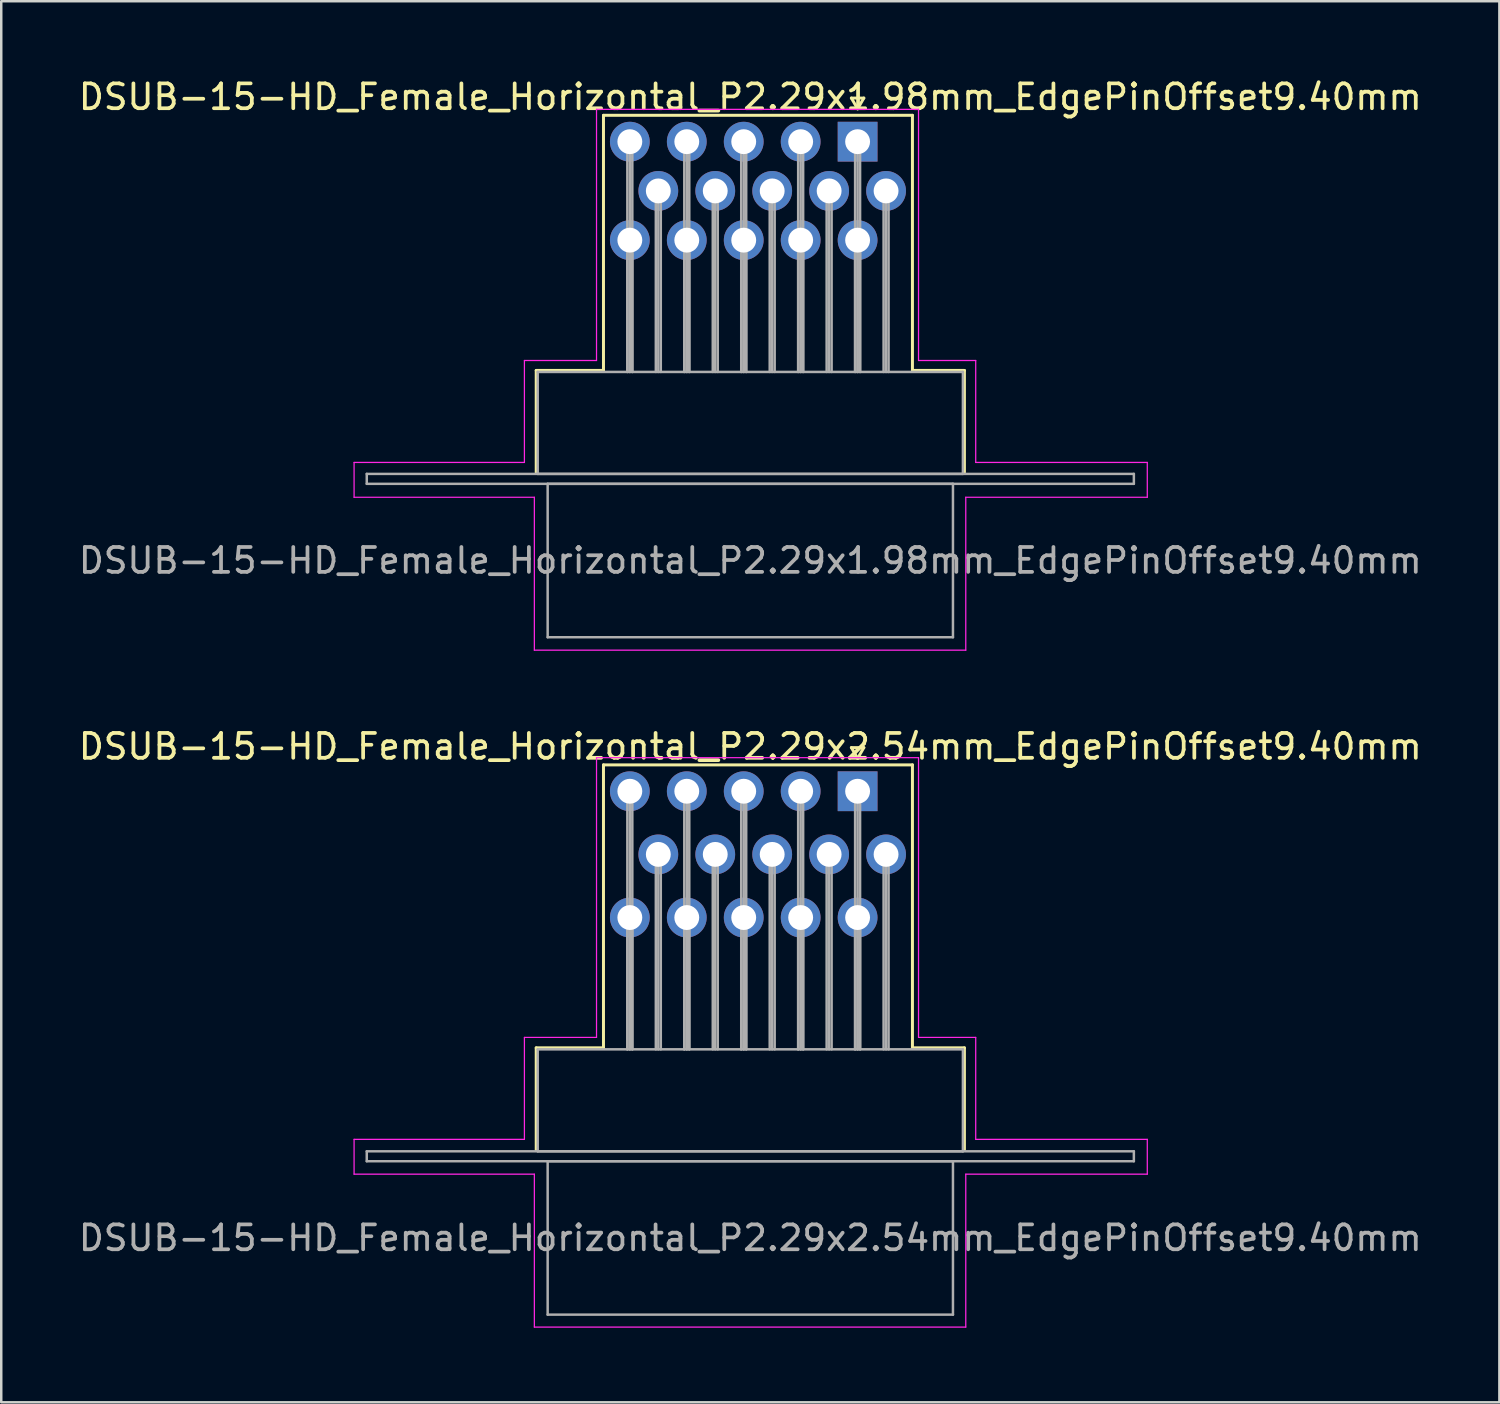
<source format=kicad_pcb>
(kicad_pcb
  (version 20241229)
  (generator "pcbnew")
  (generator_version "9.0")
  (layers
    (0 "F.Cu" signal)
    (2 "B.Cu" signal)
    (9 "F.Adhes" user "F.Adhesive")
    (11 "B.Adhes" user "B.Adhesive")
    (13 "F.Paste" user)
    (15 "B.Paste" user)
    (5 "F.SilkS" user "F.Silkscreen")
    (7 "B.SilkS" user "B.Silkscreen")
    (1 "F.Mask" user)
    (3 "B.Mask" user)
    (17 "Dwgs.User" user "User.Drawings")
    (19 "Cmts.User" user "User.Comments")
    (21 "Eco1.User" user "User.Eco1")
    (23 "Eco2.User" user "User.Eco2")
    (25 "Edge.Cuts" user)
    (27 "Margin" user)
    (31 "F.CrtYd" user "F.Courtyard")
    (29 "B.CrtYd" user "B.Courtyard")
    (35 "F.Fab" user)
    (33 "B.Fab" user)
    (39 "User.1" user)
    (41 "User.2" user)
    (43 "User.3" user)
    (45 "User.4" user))
  (footprint "DSUB-15-HD_Female_Horizontal_P2.29x2.54mm_EdgePinOffset9.40mm"
    (layer "F.Cu")
    (at 31.44 28.771)
    (property "Reference" "DSUB-15-HD_Female_Horizontal_P2.29x2.54mm_EdgePinOffset9.40mm" (at -4.315 -1.8 0) (layer "F.SilkS") (effects (font (size 1 1) (thickness 0.15))))
    (attr through_hole)
    (fp_line (start -12.925 10.32) (end -10.22 10.32) (stroke (width 0.12) (type solid)) (layer "F.SilkS"))
    (fp_line (start -12.925 14.42) (end -12.925 10.32) (stroke (width 0.12) (type solid)) (layer "F.SilkS"))
    (fp_line (start -10.22 -1.06) (end 2.205 -1.06) (stroke (width 0.12) (type solid)) (layer "F.SilkS"))
    (fp_line (start -10.22 10.32) (end -10.22 -1.06) (stroke (width 0.12) (type solid)) (layer "F.SilkS"))
    (fp_line (start -0.25 -1.754) (end 0.25 -1.754) (stroke (width 0.12) (type solid)) (layer "F.SilkS"))
    (fp_line (start 0 -1.321) (end -0.25 -1.754) (stroke (width 0.12) (type solid)) (layer "F.SilkS"))
    (fp_line (start 0.25 -1.754) (end 0 -1.321) (stroke (width 0.12) (type solid)) (layer "F.SilkS"))
    (fp_line (start 2.205 -1.06) (end 2.205 10.32) (stroke (width 0.12) (type solid)) (layer "F.SilkS"))
    (fp_line (start 2.205 10.32) (end 4.295 10.32) (stroke (width 0.12) (type solid)) (layer "F.SilkS"))
    (fp_line (start 4.295 10.32) (end 4.295 14.42) (stroke (width 0.12) (type solid)) (layer "F.SilkS"))
    (fp_line (start -20.25 14) (end -13.4 14) (stroke (width 0.05) (type solid)) (layer "F.CrtYd"))
    (fp_line (start -20.25 15.4) (end -20.25 14) (stroke (width 0.05) (type solid)) (layer "F.CrtYd"))
    (fp_line (start -13.4 9.9) (end -10.5 9.9) (stroke (width 0.05) (type solid)) (layer "F.CrtYd"))
    (fp_line (start -13.4 14) (end -13.4 9.9) (stroke (width 0.05) (type solid)) (layer "F.CrtYd"))
    (fp_line (start -13 15.4) (end -20.25 15.4) (stroke (width 0.05) (type solid)) (layer "F.CrtYd"))
    (fp_line (start -13 21.55) (end -13 15.4) (stroke (width 0.05) (type solid)) (layer "F.CrtYd"))
    (fp_line (start -10.5 -1.35) (end 2.45 -1.35) (stroke (width 0.05) (type solid)) (layer "F.CrtYd"))
    (fp_line (start -10.5 9.9) (end -10.5 -1.35) (stroke (width 0.05) (type solid)) (layer "F.CrtYd"))
    (fp_line (start 2.45 -1.35) (end 2.45 9.9) (stroke (width 0.05) (type solid)) (layer "F.CrtYd"))
    (fp_line (start 2.45 9.9) (end 4.75 9.9) (stroke (width 0.05) (type solid)) (layer "F.CrtYd"))
    (fp_line (start 4.35 15.4) (end 4.35 21.55) (stroke (width 0.05) (type solid)) (layer "F.CrtYd"))
    (fp_line (start 4.35 21.55) (end -13 21.55) (stroke (width 0.05) (type solid)) (layer "F.CrtYd"))
    (fp_line (start 4.75 9.9) (end 4.75 14) (stroke (width 0.05) (type solid)) (layer "F.CrtYd"))
    (fp_line (start 4.75 14) (end 11.65 14) (stroke (width 0.05) (type solid)) (layer "F.CrtYd"))
    (fp_line (start 11.65 14) (end 11.65 15.4) (stroke (width 0.05) (type solid)) (layer "F.CrtYd"))
    (fp_line (start 11.65 15.4) (end 4.35 15.4) (stroke (width 0.05) (type solid)) (layer "F.CrtYd"))
    (fp_line (start -19.74 14.48) (end -19.74 14.88) (stroke (width 0.1) (type solid)) (layer "F.Fab"))
    (fp_line (start -19.74 14.88) (end 11.11 14.88) (stroke (width 0.1) (type solid)) (layer "F.Fab"))
    (fp_line (start -12.865 10.38) (end -12.865 14.48) (stroke (width 0.1) (type solid)) (layer "F.Fab"))
    (fp_line (start -12.865 14.48) (end 4.235 14.48) (stroke (width 0.1) (type solid)) (layer "F.Fab"))
    (fp_line (start -12.465 14.88) (end -12.465 21.05) (stroke (width 0.1) (type solid)) (layer "F.Fab"))
    (fp_line (start -12.465 21.05) (end 3.835 21.05) (stroke (width 0.1) (type solid)) (layer "F.Fab"))
    (fp_line (start -9.26 0) (end -9.26 10.38) (stroke (width 0.1) (type solid)) (layer "F.Fab"))
    (fp_line (start -9.26 5.08) (end -9.26 10.38) (stroke (width 0.1) (type solid)) (layer "F.Fab"))
    (fp_line (start -9.16 0) (end -9.16 10.38) (stroke (width 0.1) (type solid)) (layer "F.Fab"))
    (fp_line (start -9.16 5.08) (end -9.16 10.38) (stroke (width 0.1) (type solid)) (layer "F.Fab"))
    (fp_line (start -9.06 0) (end -9.06 10.38) (stroke (width 0.1) (type solid)) (layer "F.Fab"))
    (fp_line (start -9.06 5.08) (end -9.06 10.38) (stroke (width 0.1) (type solid)) (layer "F.Fab"))
    (fp_line (start -8.115 2.54) (end -8.115 10.38) (stroke (width 0.1) (type solid)) (layer "F.Fab"))
    (fp_line (start -8.015 2.54) (end -8.015 10.38) (stroke (width 0.1) (type solid)) (layer "F.Fab"))
    (fp_line (start -7.915 2.54) (end -7.915 10.38) (stroke (width 0.1) (type solid)) (layer "F.Fab"))
    (fp_line (start -6.97 0) (end -6.97 10.38) (stroke (width 0.1) (type solid)) (layer "F.Fab"))
    (fp_line (start -6.97 5.08) (end -6.97 10.38) (stroke (width 0.1) (type solid)) (layer "F.Fab"))
    (fp_line (start -6.87 0) (end -6.87 10.38) (stroke (width 0.1) (type solid)) (layer "F.Fab"))
    (fp_line (start -6.87 5.08) (end -6.87 10.38) (stroke (width 0.1) (type solid)) (layer "F.Fab"))
    (fp_line (start -6.77 0) (end -6.77 10.38) (stroke (width 0.1) (type solid)) (layer "F.Fab"))
    (fp_line (start -6.77 5.08) (end -6.77 10.38) (stroke (width 0.1) (type solid)) (layer "F.Fab"))
    (fp_line (start -5.825 2.54) (end -5.825 10.38) (stroke (width 0.1) (type solid)) (layer "F.Fab"))
    (fp_line (start -5.725 2.54) (end -5.725 10.38) (stroke (width 0.1) (type solid)) (layer "F.Fab"))
    (fp_line (start -5.625 2.54) (end -5.625 10.38) (stroke (width 0.1) (type solid)) (layer "F.Fab"))
    (fp_line (start -4.68 0) (end -4.68 10.38) (stroke (width 0.1) (type solid)) (layer "F.Fab"))
    (fp_line (start -4.68 5.08) (end -4.68 10.38) (stroke (width 0.1) (type solid)) (layer "F.Fab"))
    (fp_line (start -4.58 0) (end -4.58 10.38) (stroke (width 0.1) (type solid)) (layer "F.Fab"))
    (fp_line (start -4.58 5.08) (end -4.58 10.38) (stroke (width 0.1) (type solid)) (layer "F.Fab"))
    (fp_line (start -4.48 0) (end -4.48 10.38) (stroke (width 0.1) (type solid)) (layer "F.Fab"))
    (fp_line (start -4.48 5.08) (end -4.48 10.38) (stroke (width 0.1) (type solid)) (layer "F.Fab"))
    (fp_line (start -3.535 2.54) (end -3.535 10.38) (stroke (width 0.1) (type solid)) (layer "F.Fab"))
    (fp_line (start -3.435 2.54) (end -3.435 10.38) (stroke (width 0.1) (type solid)) (layer "F.Fab"))
    (fp_line (start -3.335 2.54) (end -3.335 10.38) (stroke (width 0.1) (type solid)) (layer "F.Fab"))
    (fp_line (start -2.39 0) (end -2.39 10.38) (stroke (width 0.1) (type solid)) (layer "F.Fab"))
    (fp_line (start -2.39 5.08) (end -2.39 10.38) (stroke (width 0.1) (type solid)) (layer "F.Fab"))
    (fp_line (start -2.29 0) (end -2.29 10.38) (stroke (width 0.1) (type solid)) (layer "F.Fab"))
    (fp_line (start -2.29 5.08) (end -2.29 10.38) (stroke (width 0.1) (type solid)) (layer "F.Fab"))
    (fp_line (start -2.19 0) (end -2.19 10.38) (stroke (width 0.1) (type solid)) (layer "F.Fab"))
    (fp_line (start -2.19 5.08) (end -2.19 10.38) (stroke (width 0.1) (type solid)) (layer "F.Fab"))
    (fp_line (start -1.245 2.54) (end -1.245 10.38) (stroke (width 0.1) (type solid)) (layer "F.Fab"))
    (fp_line (start -1.145 2.54) (end -1.145 10.38) (stroke (width 0.1) (type solid)) (layer "F.Fab"))
    (fp_line (start -1.045 2.54) (end -1.045 10.38) (stroke (width 0.1) (type solid)) (layer "F.Fab"))
    (fp_line (start -0.1 0) (end -0.1 10.38) (stroke (width 0.1) (type solid)) (layer "F.Fab"))
    (fp_line (start -0.1 5.08) (end -0.1 10.38) (stroke (width 0.1) (type solid)) (layer "F.Fab"))
    (fp_line (start 0 0) (end 0 10.38) (stroke (width 0.1) (type solid)) (layer "F.Fab"))
    (fp_line (start 0 5.08) (end 0 10.38) (stroke (width 0.1) (type solid)) (layer "F.Fab"))
    (fp_line (start 0.1 0) (end 0.1 10.38) (stroke (width 0.1) (type solid)) (layer "F.Fab"))
    (fp_line (start 0.1 5.08) (end 0.1 10.38) (stroke (width 0.1) (type solid)) (layer "F.Fab"))
    (fp_line (start 1.045 2.54) (end 1.045 10.38) (stroke (width 0.1) (type solid)) (layer "F.Fab"))
    (fp_line (start 1.145 2.54) (end 1.145 10.38) (stroke (width 0.1) (type solid)) (layer "F.Fab"))
    (fp_line (start 1.245 2.54) (end 1.245 10.38) (stroke (width 0.1) (type solid)) (layer "F.Fab"))
    (fp_line (start 3.835 14.88) (end -12.465 14.88) (stroke (width 0.1) (type solid)) (layer "F.Fab"))
    (fp_line (start 3.835 21.05) (end 3.835 14.88) (stroke (width 0.1) (type solid)) (layer "F.Fab"))
    (fp_line (start 4.235 10.38) (end -12.865 10.38) (stroke (width 0.1) (type solid)) (layer "F.Fab"))
    (fp_line (start 4.235 14.48) (end 4.235 10.38) (stroke (width 0.1) (type solid)) (layer "F.Fab"))
    (fp_line (start 11.11 14.48) (end -19.74 14.48) (stroke (width 0.1) (type solid)) (layer "F.Fab"))
    (fp_line (start 11.11 14.88) (end 11.11 14.48) (stroke (width 0.1) (type solid)) (layer "F.Fab"))
    (fp_text user "${REFERENCE}" (at -4.315 17.965 0) (layer "F.Fab") (effects (font (size 1 1) (thickness 0.15))))
    (pad "1" thru_hole rect (at 0 0) (size 1.6 1.6) (drill 1) (layers "*.Cu" "*.Mask"))
    (pad "2" thru_hole circle (at -2.29 0) (size 1.6 1.6) (drill 1) (layers "*.Cu" "*.Mask"))
    (pad "3" thru_hole circle (at -4.58 0) (size 1.6 1.6) (drill 1) (layers "*.Cu" "*.Mask"))
    (pad "4" thru_hole circle (at -6.87 0) (size 1.6 1.6) (drill 1) (layers "*.Cu" "*.Mask"))
    (pad "5" thru_hole circle (at -9.16 0) (size 1.6 1.6) (drill 1) (layers "*.Cu" "*.Mask"))
    (pad "6" thru_hole circle (at 1.145 2.54) (size 1.6 1.6) (drill 1) (layers "*.Cu" "*.Mask"))
    (pad "7" thru_hole circle (at -1.145 2.54) (size 1.6 1.6) (drill 1) (layers "*.Cu" "*.Mask"))
    (pad "8" thru_hole circle (at -3.435 2.54) (size 1.6 1.6) (drill 1) (layers "*.Cu" "*.Mask"))
    (pad "9" thru_hole circle (at -5.725 2.54) (size 1.6 1.6) (drill 1) (layers "*.Cu" "*.Mask"))
    (pad "10" thru_hole circle (at -8.015 2.54) (size 1.6 1.6) (drill 1) (layers "*.Cu" "*.Mask"))
    (pad "11" thru_hole circle (at 0 5.08) (size 1.6 1.6) (drill 1) (layers "*.Cu" "*.Mask"))
    (pad "12" thru_hole circle (at -2.29 5.08) (size 1.6 1.6) (drill 1) (layers "*.Cu" "*.Mask"))
    (pad "13" thru_hole circle (at -4.58 5.08) (size 1.6 1.6) (drill 1) (layers "*.Cu" "*.Mask"))
    (pad "14" thru_hole circle (at -6.87 5.08) (size 1.6 1.6) (drill 1) (layers "*.Cu" "*.Mask"))
    (pad "15" thru_hole circle (at -9.16 5.08) (size 1.6 1.6) (drill 1) (layers "*.Cu" "*.Mask")))
  (footprint "DSUB-15-HD_Female_Horizontal_P2.29x1.98mm_EdgePinOffset9.40mm"
    (layer "F.Cu")
    (at 31.44 2.648)
    (property "Reference" "DSUB-15-HD_Female_Horizontal_P2.29x1.98mm_EdgePinOffset9.40mm" (at -4.315 -1.8 0) (layer "F.SilkS") (effects (font (size 1 1) (thickness 0.15))))
    (attr through_hole)
    (fp_line (start -12.925 9.2) (end -10.22 9.2) (stroke (width 0.12) (type solid)) (layer "F.SilkS"))
    (fp_line (start -12.925 13.3) (end -12.925 9.2) (stroke (width 0.12) (type solid)) (layer "F.SilkS"))
    (fp_line (start -10.22 -1.06) (end 2.205 -1.06) (stroke (width 0.12) (type solid)) (layer "F.SilkS"))
    (fp_line (start -10.22 9.2) (end -10.22 -1.06) (stroke (width 0.12) (type solid)) (layer "F.SilkS"))
    (fp_line (start -0.25 -1.754) (end 0.25 -1.754) (stroke (width 0.12) (type solid)) (layer "F.SilkS"))
    (fp_line (start 0 -1.321) (end -0.25 -1.754) (stroke (width 0.12) (type solid)) (layer "F.SilkS"))
    (fp_line (start 0.25 -1.754) (end 0 -1.321) (stroke (width 0.12) (type solid)) (layer "F.SilkS"))
    (fp_line (start 2.205 -1.06) (end 2.205 9.2) (stroke (width 0.12) (type solid)) (layer "F.SilkS"))
    (fp_line (start 2.205 9.2) (end 4.295 9.2) (stroke (width 0.12) (type solid)) (layer "F.SilkS"))
    (fp_line (start 4.295 9.2) (end 4.295 13.3) (stroke (width 0.12) (type solid)) (layer "F.SilkS"))
    (fp_line (start -20.25 12.9) (end -13.4 12.9) (stroke (width 0.05) (type solid)) (layer "F.CrtYd"))
    (fp_line (start -20.25 14.3) (end -20.25 12.9) (stroke (width 0.05) (type solid)) (layer "F.CrtYd"))
    (fp_line (start -13.4 8.8) (end -10.5 8.8) (stroke (width 0.05) (type solid)) (layer "F.CrtYd"))
    (fp_line (start -13.4 12.9) (end -13.4 8.8) (stroke (width 0.05) (type solid)) (layer "F.CrtYd"))
    (fp_line (start -13 14.3) (end -20.25 14.3) (stroke (width 0.05) (type solid)) (layer "F.CrtYd"))
    (fp_line (start -13 20.45) (end -13 14.3) (stroke (width 0.05) (type solid)) (layer "F.CrtYd"))
    (fp_line (start -10.5 -1.3) (end 2.45 -1.3) (stroke (width 0.05) (type solid)) (layer "F.CrtYd"))
    (fp_line (start -10.5 8.8) (end -10.5 -1.3) (stroke (width 0.05) (type solid)) (layer "F.CrtYd"))
    (fp_line (start 2.45 -1.3) (end 2.45 8.8) (stroke (width 0.05) (type solid)) (layer "F.CrtYd"))
    (fp_line (start 2.45 8.8) (end 4.75 8.8) (stroke (width 0.05) (type solid)) (layer "F.CrtYd"))
    (fp_line (start 4.35 14.3) (end 4.35 20.45) (stroke (width 0.05) (type solid)) (layer "F.CrtYd"))
    (fp_line (start 4.35 20.45) (end -13 20.45) (stroke (width 0.05) (type solid)) (layer "F.CrtYd"))
    (fp_line (start 4.75 8.8) (end 4.75 12.9) (stroke (width 0.05) (type solid)) (layer "F.CrtYd"))
    (fp_line (start 4.75 12.9) (end 11.65 12.9) (stroke (width 0.05) (type solid)) (layer "F.CrtYd"))
    (fp_line (start 11.65 12.9) (end 11.65 14.3) (stroke (width 0.05) (type solid)) (layer "F.CrtYd"))
    (fp_line (start 11.65 14.3) (end 4.35 14.3) (stroke (width 0.05) (type solid)) (layer "F.CrtYd"))
    (fp_line (start -19.74 13.36) (end -19.74 13.76) (stroke (width 0.1) (type solid)) (layer "F.Fab"))
    (fp_line (start -19.74 13.76) (end 11.11 13.76) (stroke (width 0.1) (type solid)) (layer "F.Fab"))
    (fp_line (start -12.865 9.26) (end -12.865 13.36) (stroke (width 0.1) (type solid)) (layer "F.Fab"))
    (fp_line (start -12.865 13.36) (end 4.235 13.36) (stroke (width 0.1) (type solid)) (layer "F.Fab"))
    (fp_line (start -12.465 13.76) (end -12.465 19.93) (stroke (width 0.1) (type solid)) (layer "F.Fab"))
    (fp_line (start -12.465 19.93) (end 3.835 19.93) (stroke (width 0.1) (type solid)) (layer "F.Fab"))
    (fp_line (start -9.26 0) (end -9.26 9.26) (stroke (width 0.1) (type solid)) (layer "F.Fab"))
    (fp_line (start -9.26 3.96) (end -9.26 9.26) (stroke (width 0.1) (type solid)) (layer "F.Fab"))
    (fp_line (start -9.16 0) (end -9.16 9.26) (stroke (width 0.1) (type solid)) (layer "F.Fab"))
    (fp_line (start -9.16 3.96) (end -9.16 9.26) (stroke (width 0.1) (type solid)) (layer "F.Fab"))
    (fp_line (start -9.06 0) (end -9.06 9.26) (stroke (width 0.1) (type solid)) (layer "F.Fab"))
    (fp_line (start -9.06 3.96) (end -9.06 9.26) (stroke (width 0.1) (type solid)) (layer "F.Fab"))
    (fp_line (start -8.115 1.98) (end -8.115 9.26) (stroke (width 0.1) (type solid)) (layer "F.Fab"))
    (fp_line (start -8.015 1.98) (end -8.015 9.26) (stroke (width 0.1) (type solid)) (layer "F.Fab"))
    (fp_line (start -7.915 1.98) (end -7.915 9.26) (stroke (width 0.1) (type solid)) (layer "F.Fab"))
    (fp_line (start -6.97 0) (end -6.97 9.26) (stroke (width 0.1) (type solid)) (layer "F.Fab"))
    (fp_line (start -6.97 3.96) (end -6.97 9.26) (stroke (width 0.1) (type solid)) (layer "F.Fab"))
    (fp_line (start -6.87 0) (end -6.87 9.26) (stroke (width 0.1) (type solid)) (layer "F.Fab"))
    (fp_line (start -6.87 3.96) (end -6.87 9.26) (stroke (width 0.1) (type solid)) (layer "F.Fab"))
    (fp_line (start -6.77 0) (end -6.77 9.26) (stroke (width 0.1) (type solid)) (layer "F.Fab"))
    (fp_line (start -6.77 3.96) (end -6.77 9.26) (stroke (width 0.1) (type solid)) (layer "F.Fab"))
    (fp_line (start -5.825 1.98) (end -5.825 9.26) (stroke (width 0.1) (type solid)) (layer "F.Fab"))
    (fp_line (start -5.725 1.98) (end -5.725 9.26) (stroke (width 0.1) (type solid)) (layer "F.Fab"))
    (fp_line (start -5.625 1.98) (end -5.625 9.26) (stroke (width 0.1) (type solid)) (layer "F.Fab"))
    (fp_line (start -4.68 0) (end -4.68 9.26) (stroke (width 0.1) (type solid)) (layer "F.Fab"))
    (fp_line (start -4.68 3.96) (end -4.68 9.26) (stroke (width 0.1) (type solid)) (layer "F.Fab"))
    (fp_line (start -4.58 0) (end -4.58 9.26) (stroke (width 0.1) (type solid)) (layer "F.Fab"))
    (fp_line (start -4.58 3.96) (end -4.58 9.26) (stroke (width 0.1) (type solid)) (layer "F.Fab"))
    (fp_line (start -4.48 0) (end -4.48 9.26) (stroke (width 0.1) (type solid)) (layer "F.Fab"))
    (fp_line (start -4.48 3.96) (end -4.48 9.26) (stroke (width 0.1) (type solid)) (layer "F.Fab"))
    (fp_line (start -3.535 1.98) (end -3.535 9.26) (stroke (width 0.1) (type solid)) (layer "F.Fab"))
    (fp_line (start -3.435 1.98) (end -3.435 9.26) (stroke (width 0.1) (type solid)) (layer "F.Fab"))
    (fp_line (start -3.335 1.98) (end -3.335 9.26) (stroke (width 0.1) (type solid)) (layer "F.Fab"))
    (fp_line (start -2.39 0) (end -2.39 9.26) (stroke (width 0.1) (type solid)) (layer "F.Fab"))
    (fp_line (start -2.39 3.96) (end -2.39 9.26) (stroke (width 0.1) (type solid)) (layer "F.Fab"))
    (fp_line (start -2.29 0) (end -2.29 9.26) (stroke (width 0.1) (type solid)) (layer "F.Fab"))
    (fp_line (start -2.29 3.96) (end -2.29 9.26) (stroke (width 0.1) (type solid)) (layer "F.Fab"))
    (fp_line (start -2.19 0) (end -2.19 9.26) (stroke (width 0.1) (type solid)) (layer "F.Fab"))
    (fp_line (start -2.19 3.96) (end -2.19 9.26) (stroke (width 0.1) (type solid)) (layer "F.Fab"))
    (fp_line (start -1.245 1.98) (end -1.245 9.26) (stroke (width 0.1) (type solid)) (layer "F.Fab"))
    (fp_line (start -1.145 1.98) (end -1.145 9.26) (stroke (width 0.1) (type solid)) (layer "F.Fab"))
    (fp_line (start -1.045 1.98) (end -1.045 9.26) (stroke (width 0.1) (type solid)) (layer "F.Fab"))
    (fp_line (start -0.1 0) (end -0.1 9.26) (stroke (width 0.1) (type solid)) (layer "F.Fab"))
    (fp_line (start -0.1 3.96) (end -0.1 9.26) (stroke (width 0.1) (type solid)) (layer "F.Fab"))
    (fp_line (start 0 0) (end 0 9.26) (stroke (width 0.1) (type solid)) (layer "F.Fab"))
    (fp_line (start 0 3.96) (end 0 9.26) (stroke (width 0.1) (type solid)) (layer "F.Fab"))
    (fp_line (start 0.1 0) (end 0.1 9.26) (stroke (width 0.1) (type solid)) (layer "F.Fab"))
    (fp_line (start 0.1 3.96) (end 0.1 9.26) (stroke (width 0.1) (type solid)) (layer "F.Fab"))
    (fp_line (start 1.045 1.98) (end 1.045 9.26) (stroke (width 0.1) (type solid)) (layer "F.Fab"))
    (fp_line (start 1.145 1.98) (end 1.145 9.26) (stroke (width 0.1) (type solid)) (layer "F.Fab"))
    (fp_line (start 1.245 1.98) (end 1.245 9.26) (stroke (width 0.1) (type solid)) (layer "F.Fab"))
    (fp_line (start 3.835 13.76) (end -12.465 13.76) (stroke (width 0.1) (type solid)) (layer "F.Fab"))
    (fp_line (start 3.835 19.93) (end 3.835 13.76) (stroke (width 0.1) (type solid)) (layer "F.Fab"))
    (fp_line (start 4.235 9.26) (end -12.865 9.26) (stroke (width 0.1) (type solid)) (layer "F.Fab"))
    (fp_line (start 4.235 13.36) (end 4.235 9.26) (stroke (width 0.1) (type solid)) (layer "F.Fab"))
    (fp_line (start 11.11 13.36) (end -19.74 13.36) (stroke (width 0.1) (type solid)) (layer "F.Fab"))
    (fp_line (start 11.11 13.76) (end 11.11 13.36) (stroke (width 0.1) (type solid)) (layer "F.Fab"))
    (fp_text user "${REFERENCE}" (at -4.315 16.845 0) (layer "F.Fab") (effects (font (size 1 1) (thickness 0.15))))
    (pad "1" thru_hole rect (at 0 0) (size 1.6 1.6) (drill 1) (layers "*.Cu" "*.Mask"))
    (pad "2" thru_hole circle (at -2.29 0) (size 1.6 1.6) (drill 1) (layers "*.Cu" "*.Mask"))
    (pad "3" thru_hole circle (at -4.58 0) (size 1.6 1.6) (drill 1) (layers "*.Cu" "*.Mask"))
    (pad "4" thru_hole circle (at -6.87 0) (size 1.6 1.6) (drill 1) (layers "*.Cu" "*.Mask"))
    (pad "5" thru_hole circle (at -9.16 0) (size 1.6 1.6) (drill 1) (layers "*.Cu" "*.Mask"))
    (pad "6" thru_hole circle (at 1.145 1.98) (size 1.6 1.6) (drill 1) (layers "*.Cu" "*.Mask"))
    (pad "7" thru_hole circle (at -1.145 1.98) (size 1.6 1.6) (drill 1) (layers "*.Cu" "*.Mask"))
    (pad "8" thru_hole circle (at -3.435 1.98) (size 1.6 1.6) (drill 1) (layers "*.Cu" "*.Mask"))
    (pad "9" thru_hole circle (at -5.725 1.98) (size 1.6 1.6) (drill 1) (layers "*.Cu" "*.Mask"))
    (pad "10" thru_hole circle (at -8.015 1.98) (size 1.6 1.6) (drill 1) (layers "*.Cu" "*.Mask"))
    (pad "11" thru_hole circle (at 0 3.96) (size 1.6 1.6) (drill 1) (layers "*.Cu" "*.Mask"))
    (pad "12" thru_hole circle (at -2.29 3.96) (size 1.6 1.6) (drill 1) (layers "*.Cu" "*.Mask"))
    (pad "13" thru_hole circle (at -4.58 3.96) (size 1.6 1.6) (drill 1) (layers "*.Cu" "*.Mask"))
    (pad "14" thru_hole circle (at -6.87 3.96) (size 1.6 1.6) (drill 1) (layers "*.Cu" "*.Mask"))
    (pad "15" thru_hole circle (at -9.16 3.96) (size 1.6 1.6) (drill 1) (layers "*.Cu" "*.Mask")))
  (gr_rect
    (start -3 -3)
    (end 57.25 53.346)
    (stroke (width 0.1) (type default))
    (fill no)
    (layer "Edge.Cuts")))
</source>
